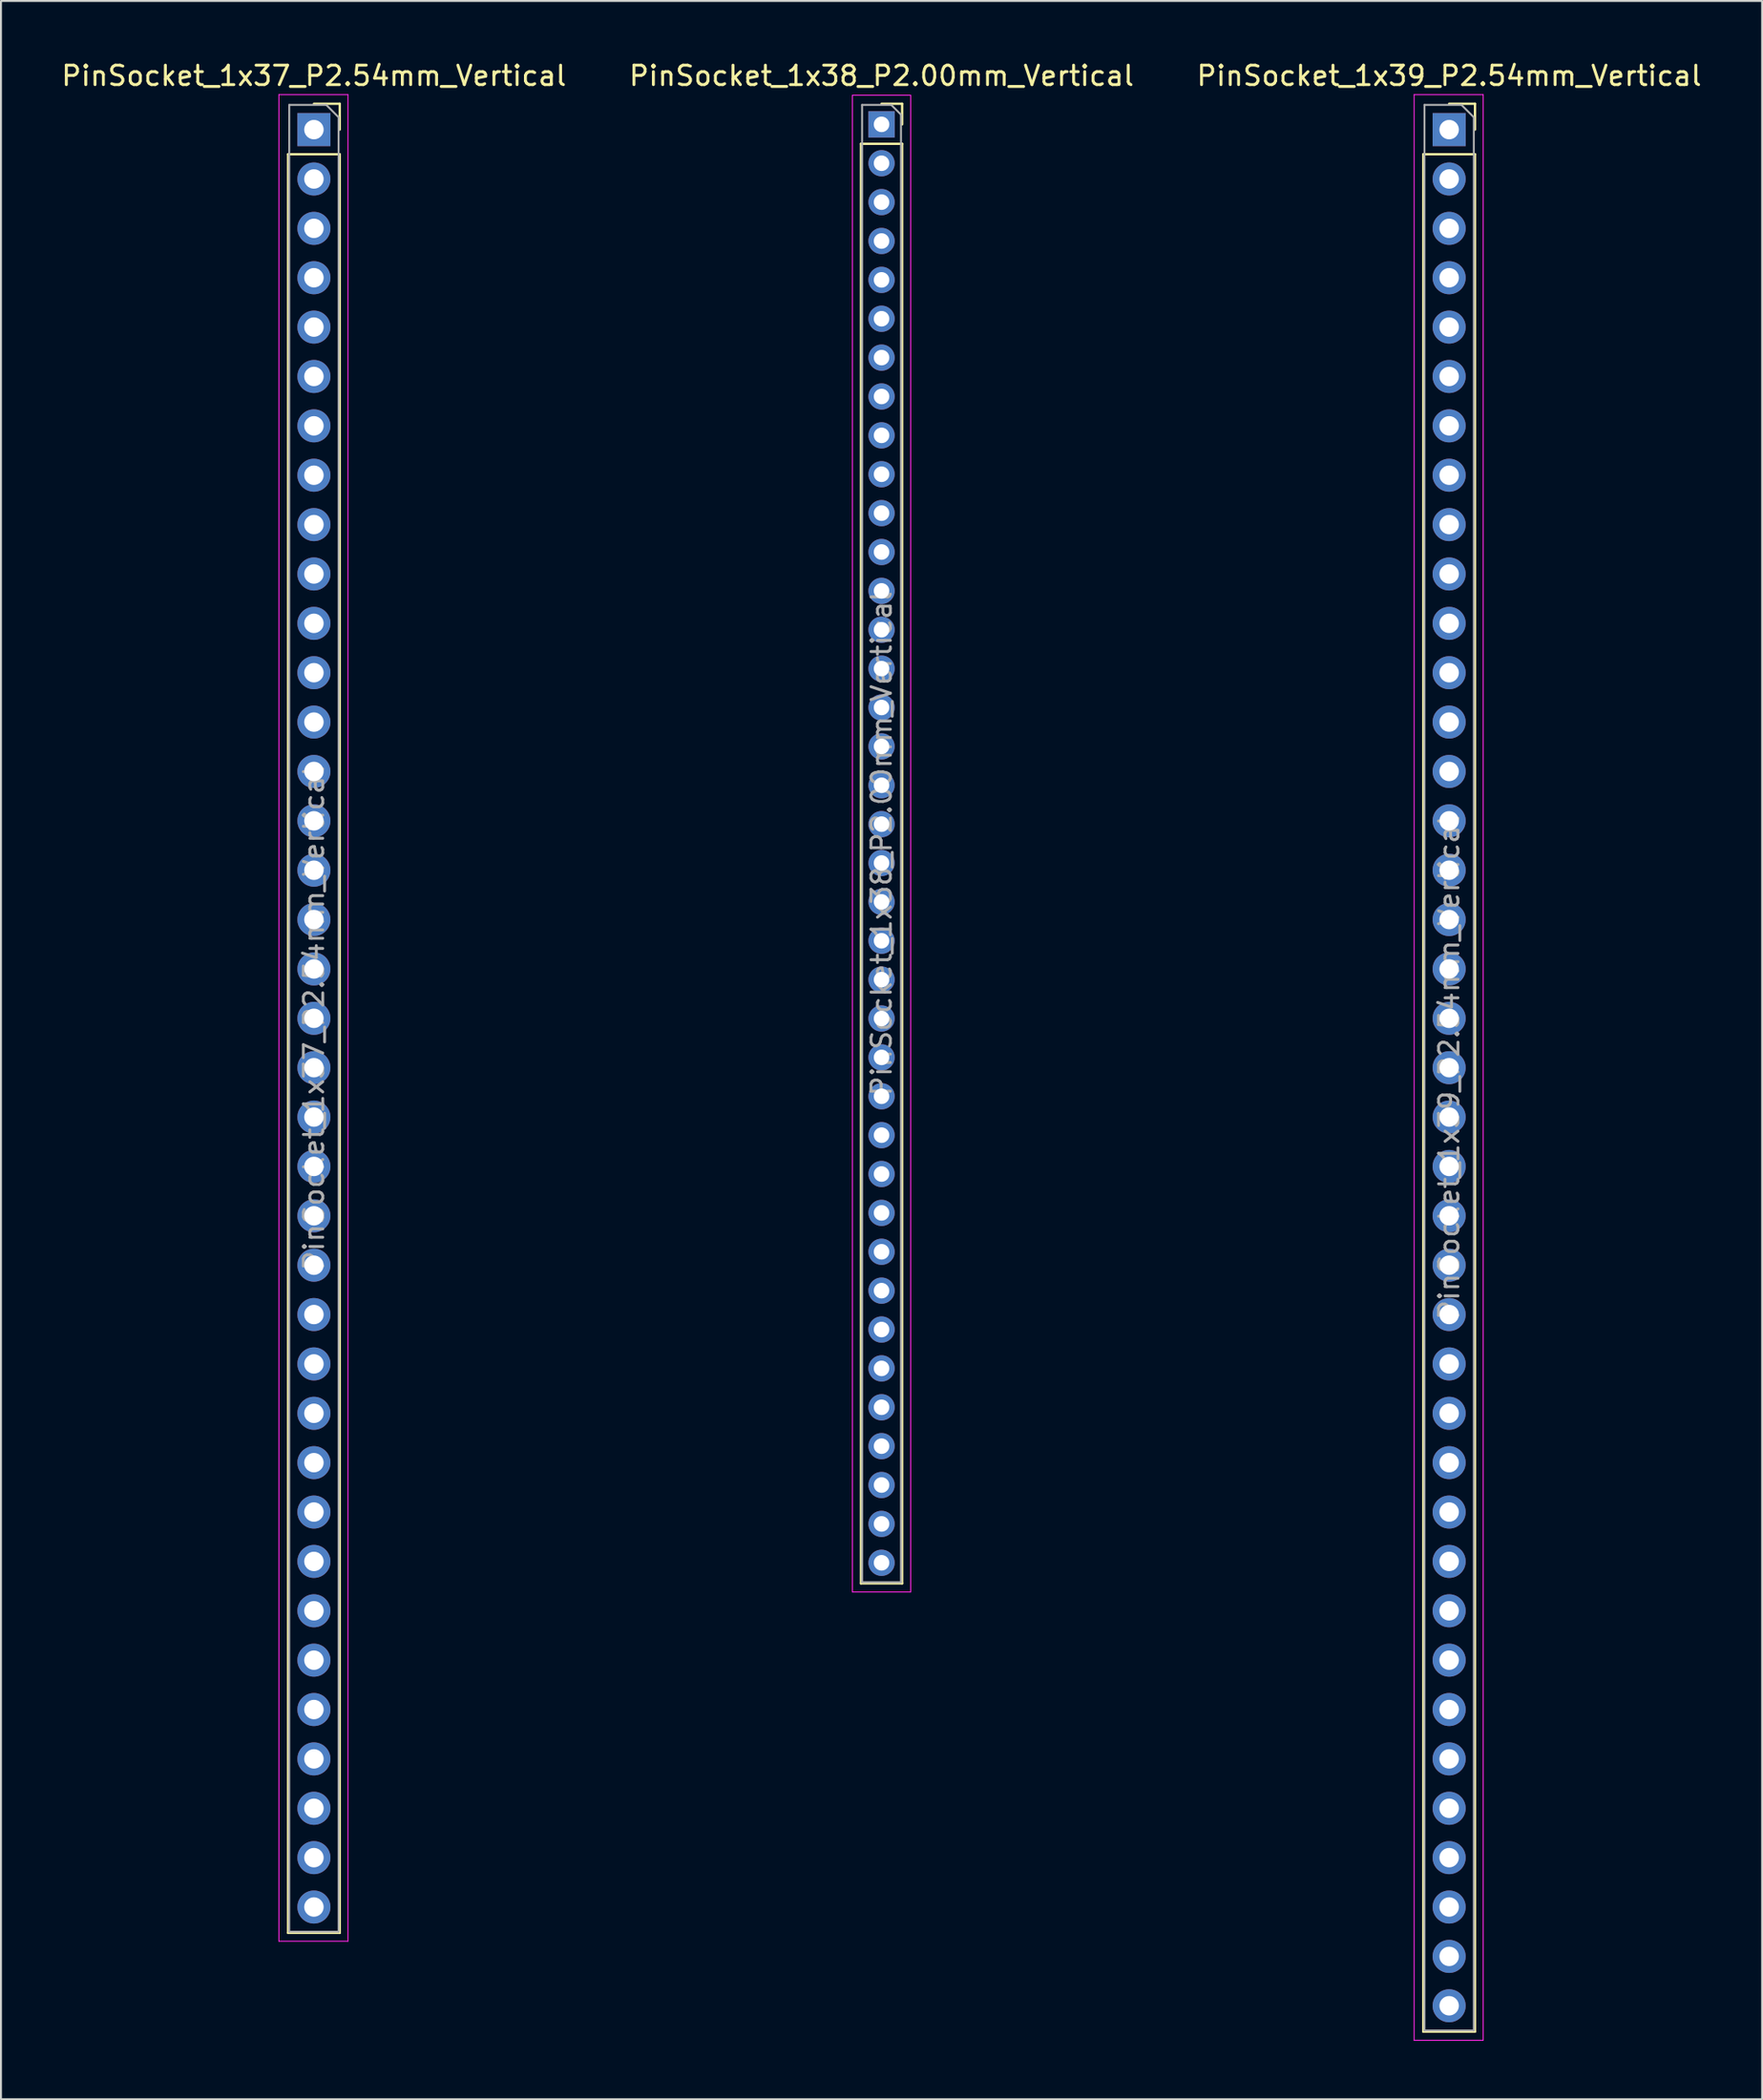
<source format=kicad_pcb>
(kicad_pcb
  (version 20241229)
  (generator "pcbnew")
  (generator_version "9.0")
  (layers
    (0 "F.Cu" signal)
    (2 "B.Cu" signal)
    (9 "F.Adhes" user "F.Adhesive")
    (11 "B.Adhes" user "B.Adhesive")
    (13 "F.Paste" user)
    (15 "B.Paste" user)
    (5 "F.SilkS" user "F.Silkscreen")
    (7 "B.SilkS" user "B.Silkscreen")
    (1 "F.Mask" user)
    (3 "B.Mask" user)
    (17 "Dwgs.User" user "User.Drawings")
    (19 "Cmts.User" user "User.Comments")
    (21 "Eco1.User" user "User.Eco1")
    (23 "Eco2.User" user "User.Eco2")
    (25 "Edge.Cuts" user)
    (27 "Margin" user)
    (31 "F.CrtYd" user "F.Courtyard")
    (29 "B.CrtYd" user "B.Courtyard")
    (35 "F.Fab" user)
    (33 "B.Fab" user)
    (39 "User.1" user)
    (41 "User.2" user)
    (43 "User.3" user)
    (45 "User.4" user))
  (footprint "PinSocket_1x38_P2.00mm_Vertical"
    (layer "F.Cu")
    (at 42.304 3.348)
    (property "Reference" "PinSocket_1x38_P2.00mm_Vertical" (at 0 -2.5 0) (layer "F.SilkS") (effects (font (size 1 1) (thickness 0.15))))
    (attr through_hole)
    (fp_line (start -1.06 1) (end -1.06 75.06) (stroke (width 0.12) (type solid)) (layer "F.SilkS"))
    (fp_line (start -1.06 1) (end 1.06 1) (stroke (width 0.12) (type solid)) (layer "F.SilkS"))
    (fp_line (start -1.06 75.06) (end 1.06 75.06) (stroke (width 0.12) (type solid)) (layer "F.SilkS"))
    (fp_line (start 0 -1.06) (end 1.06 -1.06) (stroke (width 0.12) (type solid)) (layer "F.SilkS"))
    (fp_line (start 1.06 -1.06) (end 1.06 0) (stroke (width 0.12) (type solid)) (layer "F.SilkS"))
    (fp_line (start 1.06 1) (end 1.06 75.06) (stroke (width 0.12) (type solid)) (layer "F.SilkS"))
    (fp_line (start -1.5 -1.5) (end 1.5 -1.5) (stroke (width 0.05) (type solid)) (layer "F.CrtYd"))
    (fp_line (start -1.5 75.5) (end -1.5 -1.5) (stroke (width 0.05) (type solid)) (layer "F.CrtYd"))
    (fp_line (start 1.5 -1.5) (end 1.5 75.5) (stroke (width 0.05) (type solid)) (layer "F.CrtYd"))
    (fp_line (start 1.5 75.5) (end -1.5 75.5) (stroke (width 0.05) (type solid)) (layer "F.CrtYd"))
    (fp_line (start -1 -1) (end 0.5 -1) (stroke (width 0.1) (type solid)) (layer "F.Fab"))
    (fp_line (start -1 75) (end -1 -1) (stroke (width 0.1) (type solid)) (layer "F.Fab"))
    (fp_line (start 0.5 -1) (end 1 -0.5) (stroke (width 0.1) (type solid)) (layer "F.Fab"))
    (fp_line (start 1 -0.5) (end 1 75) (stroke (width 0.1) (type solid)) (layer "F.Fab"))
    (fp_line (start 1 75) (end -1 75) (stroke (width 0.1) (type solid)) (layer "F.Fab"))
    (fp_text user "${REFERENCE}" (at 0 37 90) (layer "F.Fab") (effects (font (size 1 1) (thickness 0.15))))
    (pad "1" thru_hole rect (at 0 0) (size 1.35 1.35) (drill 0.8) (layers "*.Cu" "*.Mask"))
    (pad "2" thru_hole oval (at 0 2) (size 1.35 1.35) (drill 0.8) (layers "*.Cu" "*.Mask"))
    (pad "3" thru_hole oval (at 0 4) (size 1.35 1.35) (drill 0.8) (layers "*.Cu" "*.Mask"))
    (pad "4" thru_hole oval (at 0 6) (size 1.35 1.35) (drill 0.8) (layers "*.Cu" "*.Mask"))
    (pad "5" thru_hole oval (at 0 8) (size 1.35 1.35) (drill 0.8) (layers "*.Cu" "*.Mask"))
    (pad "6" thru_hole oval (at 0 10) (size 1.35 1.35) (drill 0.8) (layers "*.Cu" "*.Mask"))
    (pad "7" thru_hole oval (at 0 12) (size 1.35 1.35) (drill 0.8) (layers "*.Cu" "*.Mask"))
    (pad "8" thru_hole oval (at 0 14) (size 1.35 1.35) (drill 0.8) (layers "*.Cu" "*.Mask"))
    (pad "9" thru_hole oval (at 0 16) (size 1.35 1.35) (drill 0.8) (layers "*.Cu" "*.Mask"))
    (pad "10" thru_hole oval (at 0 18) (size 1.35 1.35) (drill 0.8) (layers "*.Cu" "*.Mask"))
    (pad "11" thru_hole oval (at 0 20) (size 1.35 1.35) (drill 0.8) (layers "*.Cu" "*.Mask"))
    (pad "12" thru_hole oval (at 0 22) (size 1.35 1.35) (drill 0.8) (layers "*.Cu" "*.Mask"))
    (pad "13" thru_hole oval (at 0 24) (size 1.35 1.35) (drill 0.8) (layers "*.Cu" "*.Mask"))
    (pad "14" thru_hole oval (at 0 26) (size 1.35 1.35) (drill 0.8) (layers "*.Cu" "*.Mask"))
    (pad "15" thru_hole oval (at 0 28) (size 1.35 1.35) (drill 0.8) (layers "*.Cu" "*.Mask"))
    (pad "16" thru_hole oval (at 0 30) (size 1.35 1.35) (drill 0.8) (layers "*.Cu" "*.Mask"))
    (pad "17" thru_hole oval (at 0 32) (size 1.35 1.35) (drill 0.8) (layers "*.Cu" "*.Mask"))
    (pad "18" thru_hole oval (at 0 34) (size 1.35 1.35) (drill 0.8) (layers "*.Cu" "*.Mask"))
    (pad "19" thru_hole oval (at 0 36) (size 1.35 1.35) (drill 0.8) (layers "*.Cu" "*.Mask"))
    (pad "20" thru_hole oval (at 0 38) (size 1.35 1.35) (drill 0.8) (layers "*.Cu" "*.Mask"))
    (pad "21" thru_hole oval (at 0 40) (size 1.35 1.35) (drill 0.8) (layers "*.Cu" "*.Mask"))
    (pad "22" thru_hole oval (at 0 42) (size 1.35 1.35) (drill 0.8) (layers "*.Cu" "*.Mask"))
    (pad "23" thru_hole oval (at 0 44) (size 1.35 1.35) (drill 0.8) (layers "*.Cu" "*.Mask"))
    (pad "24" thru_hole oval (at 0 46) (size 1.35 1.35) (drill 0.8) (layers "*.Cu" "*.Mask"))
    (pad "25" thru_hole oval (at 0 48) (size 1.35 1.35) (drill 0.8) (layers "*.Cu" "*.Mask"))
    (pad "26" thru_hole oval (at 0 50) (size 1.35 1.35) (drill 0.8) (layers "*.Cu" "*.Mask"))
    (pad "27" thru_hole oval (at 0 52) (size 1.35 1.35) (drill 0.8) (layers "*.Cu" "*.Mask"))
    (pad "28" thru_hole oval (at 0 54) (size 1.35 1.35) (drill 0.8) (layers "*.Cu" "*.Mask"))
    (pad "29" thru_hole oval (at 0 56) (size 1.35 1.35) (drill 0.8) (layers "*.Cu" "*.Mask"))
    (pad "30" thru_hole oval (at 0 58) (size 1.35 1.35) (drill 0.8) (layers "*.Cu" "*.Mask"))
    (pad "31" thru_hole oval (at 0 60) (size 1.35 1.35) (drill 0.8) (layers "*.Cu" "*.Mask"))
    (pad "32" thru_hole oval (at 0 62) (size 1.35 1.35) (drill 0.8) (layers "*.Cu" "*.Mask"))
    (pad "33" thru_hole oval (at 0 64) (size 1.35 1.35) (drill 0.8) (layers "*.Cu" "*.Mask"))
    (pad "34" thru_hole oval (at 0 66) (size 1.35 1.35) (drill 0.8) (layers "*.Cu" "*.Mask"))
    (pad "35" thru_hole oval (at 0 68) (size 1.35 1.35) (drill 0.8) (layers "*.Cu" "*.Mask"))
    (pad "36" thru_hole oval (at 0 70) (size 1.35 1.35) (drill 0.8) (layers "*.Cu" "*.Mask"))
    (pad "37" thru_hole oval (at 0 72) (size 1.35 1.35) (drill 0.8) (layers "*.Cu" "*.Mask"))
    (pad "38" thru_hole oval (at 0 74) (size 1.35 1.35) (drill 0.8) (layers "*.Cu" "*.Mask")))
  (footprint "PinSocket_1x39_P2.54mm_Vertical"
    (layer "F.Cu")
    (at 71.506 3.618)
    (property "Reference" "PinSocket_1x39_P2.54mm_Vertical" (at 0 -2.77 0) (layer "F.SilkS") (effects (font (size 1 1) (thickness 0.15))))
    (attr through_hole)
    (fp_line (start -1.33 1.27) (end -1.33 97.85) (stroke (width 0.12) (type solid)) (layer "F.SilkS"))
    (fp_line (start -1.33 1.27) (end 1.33 1.27) (stroke (width 0.12) (type solid)) (layer "F.SilkS"))
    (fp_line (start -1.33 97.85) (end 1.33 97.85) (stroke (width 0.12) (type solid)) (layer "F.SilkS"))
    (fp_line (start 0 -1.33) (end 1.33 -1.33) (stroke (width 0.12) (type solid)) (layer "F.SilkS"))
    (fp_line (start 1.33 -1.33) (end 1.33 0) (stroke (width 0.12) (type solid)) (layer "F.SilkS"))
    (fp_line (start 1.33 1.27) (end 1.33 97.85) (stroke (width 0.12) (type solid)) (layer "F.SilkS"))
    (fp_line (start -1.8 -1.8) (end 1.75 -1.8) (stroke (width 0.05) (type solid)) (layer "F.CrtYd"))
    (fp_line (start -1.8 98.3) (end -1.8 -1.8) (stroke (width 0.05) (type solid)) (layer "F.CrtYd"))
    (fp_line (start 1.75 -1.8) (end 1.75 98.3) (stroke (width 0.05) (type solid)) (layer "F.CrtYd"))
    (fp_line (start 1.75 98.3) (end -1.8 98.3) (stroke (width 0.05) (type solid)) (layer "F.CrtYd"))
    (fp_line (start -1.27 -1.27) (end 0.635 -1.27) (stroke (width 0.1) (type solid)) (layer "F.Fab"))
    (fp_line (start -1.27 97.79) (end -1.27 -1.27) (stroke (width 0.1) (type solid)) (layer "F.Fab"))
    (fp_line (start 0.635 -1.27) (end 1.27 -0.635) (stroke (width 0.1) (type solid)) (layer "F.Fab"))
    (fp_line (start 1.27 -0.635) (end 1.27 97.79) (stroke (width 0.1) (type solid)) (layer "F.Fab"))
    (fp_line (start 1.27 97.79) (end -1.27 97.79) (stroke (width 0.1) (type solid)) (layer "F.Fab"))
    (fp_text user "${REFERENCE}" (at 0 48.26 90) (layer "F.Fab") (effects (font (size 1 1) (thickness 0.15))))
    (pad "1" thru_hole rect (at 0 0) (size 1.7 1.7) (drill 1) (layers "*.Cu" "*.Mask"))
    (pad "2" thru_hole oval (at 0 2.54) (size 1.7 1.7) (drill 1) (layers "*.Cu" "*.Mask"))
    (pad "3" thru_hole oval (at 0 5.08) (size 1.7 1.7) (drill 1) (layers "*.Cu" "*.Mask"))
    (pad "4" thru_hole oval (at 0 7.62) (size 1.7 1.7) (drill 1) (layers "*.Cu" "*.Mask"))
    (pad "5" thru_hole oval (at 0 10.16) (size 1.7 1.7) (drill 1) (layers "*.Cu" "*.Mask"))
    (pad "6" thru_hole oval (at 0 12.7) (size 1.7 1.7) (drill 1) (layers "*.Cu" "*.Mask"))
    (pad "7" thru_hole oval (at 0 15.24) (size 1.7 1.7) (drill 1) (layers "*.Cu" "*.Mask"))
    (pad "8" thru_hole oval (at 0 17.78) (size 1.7 1.7) (drill 1) (layers "*.Cu" "*.Mask"))
    (pad "9" thru_hole oval (at 0 20.32) (size 1.7 1.7) (drill 1) (layers "*.Cu" "*.Mask"))
    (pad "10" thru_hole oval (at 0 22.86) (size 1.7 1.7) (drill 1) (layers "*.Cu" "*.Mask"))
    (pad "11" thru_hole oval (at 0 25.4) (size 1.7 1.7) (drill 1) (layers "*.Cu" "*.Mask"))
    (pad "12" thru_hole oval (at 0 27.94) (size 1.7 1.7) (drill 1) (layers "*.Cu" "*.Mask"))
    (pad "13" thru_hole oval (at 0 30.48) (size 1.7 1.7) (drill 1) (layers "*.Cu" "*.Mask"))
    (pad "14" thru_hole oval (at 0 33.02) (size 1.7 1.7) (drill 1) (layers "*.Cu" "*.Mask"))
    (pad "15" thru_hole oval (at 0 35.56) (size 1.7 1.7) (drill 1) (layers "*.Cu" "*.Mask"))
    (pad "16" thru_hole oval (at 0 38.1) (size 1.7 1.7) (drill 1) (layers "*.Cu" "*.Mask"))
    (pad "17" thru_hole oval (at 0 40.64) (size 1.7 1.7) (drill 1) (layers "*.Cu" "*.Mask"))
    (pad "18" thru_hole oval (at 0 43.18) (size 1.7 1.7) (drill 1) (layers "*.Cu" "*.Mask"))
    (pad "19" thru_hole oval (at 0 45.72) (size 1.7 1.7) (drill 1) (layers "*.Cu" "*.Mask"))
    (pad "20" thru_hole oval (at 0 48.26) (size 1.7 1.7) (drill 1) (layers "*.Cu" "*.Mask"))
    (pad "21" thru_hole oval (at 0 50.8) (size 1.7 1.7) (drill 1) (layers "*.Cu" "*.Mask"))
    (pad "22" thru_hole oval (at 0 53.34) (size 1.7 1.7) (drill 1) (layers "*.Cu" "*.Mask"))
    (pad "23" thru_hole oval (at 0 55.88) (size 1.7 1.7) (drill 1) (layers "*.Cu" "*.Mask"))
    (pad "24" thru_hole oval (at 0 58.42) (size 1.7 1.7) (drill 1) (layers "*.Cu" "*.Mask"))
    (pad "25" thru_hole oval (at 0 60.96) (size 1.7 1.7) (drill 1) (layers "*.Cu" "*.Mask"))
    (pad "26" thru_hole oval (at 0 63.5) (size 1.7 1.7) (drill 1) (layers "*.Cu" "*.Mask"))
    (pad "27" thru_hole oval (at 0 66.04) (size 1.7 1.7) (drill 1) (layers "*.Cu" "*.Mask"))
    (pad "28" thru_hole oval (at 0 68.58) (size 1.7 1.7) (drill 1) (layers "*.Cu" "*.Mask"))
    (pad "29" thru_hole oval (at 0 71.12) (size 1.7 1.7) (drill 1) (layers "*.Cu" "*.Mask"))
    (pad "30" thru_hole oval (at 0 73.66) (size 1.7 1.7) (drill 1) (layers "*.Cu" "*.Mask"))
    (pad "31" thru_hole oval (at 0 76.2) (size 1.7 1.7) (drill 1) (layers "*.Cu" "*.Mask"))
    (pad "32" thru_hole oval (at 0 78.74) (size 1.7 1.7) (drill 1) (layers "*.Cu" "*.Mask"))
    (pad "33" thru_hole oval (at 0 81.28) (size 1.7 1.7) (drill 1) (layers "*.Cu" "*.Mask"))
    (pad "34" thru_hole oval (at 0 83.82) (size 1.7 1.7) (drill 1) (layers "*.Cu" "*.Mask"))
    (pad "35" thru_hole oval (at 0 86.36) (size 1.7 1.7) (drill 1) (layers "*.Cu" "*.Mask"))
    (pad "36" thru_hole oval (at 0 88.9) (size 1.7 1.7) (drill 1) (layers "*.Cu" "*.Mask"))
    (pad "37" thru_hole oval (at 0 91.44) (size 1.7 1.7) (drill 1) (layers "*.Cu" "*.Mask"))
    (pad "38" thru_hole oval (at 0 93.98) (size 1.7 1.7) (drill 1) (layers "*.Cu" "*.Mask"))
    (pad "39" thru_hole oval (at 0 96.52) (size 1.7 1.7) (drill 1) (layers "*.Cu" "*.Mask")))
  (footprint "PinSocket_1x37_P2.54mm_Vertical"
    (layer "F.Cu")
    (at 13.101 3.618)
    (property "Reference" "PinSocket_1x37_P2.54mm_Vertical" (at 0 -2.77 0) (layer "F.SilkS") (effects (font (size 1 1) (thickness 0.15))))
    (attr through_hole)
    (fp_line (start -1.33 1.27) (end -1.33 92.77) (stroke (width 0.12) (type solid)) (layer "F.SilkS"))
    (fp_line (start -1.33 1.27) (end 1.33 1.27) (stroke (width 0.12) (type solid)) (layer "F.SilkS"))
    (fp_line (start -1.33 92.77) (end 1.33 92.77) (stroke (width 0.12) (type solid)) (layer "F.SilkS"))
    (fp_line (start 0 -1.33) (end 1.33 -1.33) (stroke (width 0.12) (type solid)) (layer "F.SilkS"))
    (fp_line (start 1.33 -1.33) (end 1.33 0) (stroke (width 0.12) (type solid)) (layer "F.SilkS"))
    (fp_line (start 1.33 1.27) (end 1.33 92.77) (stroke (width 0.12) (type solid)) (layer "F.SilkS"))
    (fp_line (start -1.8 -1.8) (end 1.75 -1.8) (stroke (width 0.05) (type solid)) (layer "F.CrtYd"))
    (fp_line (start -1.8 93.2) (end -1.8 -1.8) (stroke (width 0.05) (type solid)) (layer "F.CrtYd"))
    (fp_line (start 1.75 -1.8) (end 1.75 93.2) (stroke (width 0.05) (type solid)) (layer "F.CrtYd"))
    (fp_line (start 1.75 93.2) (end -1.8 93.2) (stroke (width 0.05) (type solid)) (layer "F.CrtYd"))
    (fp_line (start -1.27 -1.27) (end 0.635 -1.27) (stroke (width 0.1) (type solid)) (layer "F.Fab"))
    (fp_line (start -1.27 92.71) (end -1.27 -1.27) (stroke (width 0.1) (type solid)) (layer "F.Fab"))
    (fp_line (start 0.635 -1.27) (end 1.27 -0.635) (stroke (width 0.1) (type solid)) (layer "F.Fab"))
    (fp_line (start 1.27 -0.635) (end 1.27 92.71) (stroke (width 0.1) (type solid)) (layer "F.Fab"))
    (fp_line (start 1.27 92.71) (end -1.27 92.71) (stroke (width 0.1) (type solid)) (layer "F.Fab"))
    (fp_text user "${REFERENCE}" (at 0 45.72 90) (layer "F.Fab") (effects (font (size 1 1) (thickness 0.15))))
    (pad "1" thru_hole rect (at 0 0) (size 1.7 1.7) (drill 1) (layers "*.Cu" "*.Mask"))
    (pad "2" thru_hole oval (at 0 2.54) (size 1.7 1.7) (drill 1) (layers "*.Cu" "*.Mask"))
    (pad "3" thru_hole oval (at 0 5.08) (size 1.7 1.7) (drill 1) (layers "*.Cu" "*.Mask"))
    (pad "4" thru_hole oval (at 0 7.62) (size 1.7 1.7) (drill 1) (layers "*.Cu" "*.Mask"))
    (pad "5" thru_hole oval (at 0 10.16) (size 1.7 1.7) (drill 1) (layers "*.Cu" "*.Mask"))
    (pad "6" thru_hole oval (at 0 12.7) (size 1.7 1.7) (drill 1) (layers "*.Cu" "*.Mask"))
    (pad "7" thru_hole oval (at 0 15.24) (size 1.7 1.7) (drill 1) (layers "*.Cu" "*.Mask"))
    (pad "8" thru_hole oval (at 0 17.78) (size 1.7 1.7) (drill 1) (layers "*.Cu" "*.Mask"))
    (pad "9" thru_hole oval (at 0 20.32) (size 1.7 1.7) (drill 1) (layers "*.Cu" "*.Mask"))
    (pad "10" thru_hole oval (at 0 22.86) (size 1.7 1.7) (drill 1) (layers "*.Cu" "*.Mask"))
    (pad "11" thru_hole oval (at 0 25.4) (size 1.7 1.7) (drill 1) (layers "*.Cu" "*.Mask"))
    (pad "12" thru_hole oval (at 0 27.94) (size 1.7 1.7) (drill 1) (layers "*.Cu" "*.Mask"))
    (pad "13" thru_hole oval (at 0 30.48) (size 1.7 1.7) (drill 1) (layers "*.Cu" "*.Mask"))
    (pad "14" thru_hole oval (at 0 33.02) (size 1.7 1.7) (drill 1) (layers "*.Cu" "*.Mask"))
    (pad "15" thru_hole oval (at 0 35.56) (size 1.7 1.7) (drill 1) (layers "*.Cu" "*.Mask"))
    (pad "16" thru_hole oval (at 0 38.1) (size 1.7 1.7) (drill 1) (layers "*.Cu" "*.Mask"))
    (pad "17" thru_hole oval (at 0 40.64) (size 1.7 1.7) (drill 1) (layers "*.Cu" "*.Mask"))
    (pad "18" thru_hole oval (at 0 43.18) (size 1.7 1.7) (drill 1) (layers "*.Cu" "*.Mask"))
    (pad "19" thru_hole oval (at 0 45.72) (size 1.7 1.7) (drill 1) (layers "*.Cu" "*.Mask"))
    (pad "20" thru_hole oval (at 0 48.26) (size 1.7 1.7) (drill 1) (layers "*.Cu" "*.Mask"))
    (pad "21" thru_hole oval (at 0 50.8) (size 1.7 1.7) (drill 1) (layers "*.Cu" "*.Mask"))
    (pad "22" thru_hole oval (at 0 53.34) (size 1.7 1.7) (drill 1) (layers "*.Cu" "*.Mask"))
    (pad "23" thru_hole oval (at 0 55.88) (size 1.7 1.7) (drill 1) (layers "*.Cu" "*.Mask"))
    (pad "24" thru_hole oval (at 0 58.42) (size 1.7 1.7) (drill 1) (layers "*.Cu" "*.Mask"))
    (pad "25" thru_hole oval (at 0 60.96) (size 1.7 1.7) (drill 1) (layers "*.Cu" "*.Mask"))
    (pad "26" thru_hole oval (at 0 63.5) (size 1.7 1.7) (drill 1) (layers "*.Cu" "*.Mask"))
    (pad "27" thru_hole oval (at 0 66.04) (size 1.7 1.7) (drill 1) (layers "*.Cu" "*.Mask"))
    (pad "28" thru_hole oval (at 0 68.58) (size 1.7 1.7) (drill 1) (layers "*.Cu" "*.Mask"))
    (pad "29" thru_hole oval (at 0 71.12) (size 1.7 1.7) (drill 1) (layers "*.Cu" "*.Mask"))
    (pad "30" thru_hole oval (at 0 73.66) (size 1.7 1.7) (drill 1) (layers "*.Cu" "*.Mask"))
    (pad "31" thru_hole oval (at 0 76.2) (size 1.7 1.7) (drill 1) (layers "*.Cu" "*.Mask"))
    (pad "32" thru_hole oval (at 0 78.74) (size 1.7 1.7) (drill 1) (layers "*.Cu" "*.Mask"))
    (pad "33" thru_hole oval (at 0 81.28) (size 1.7 1.7) (drill 1) (layers "*.Cu" "*.Mask"))
    (pad "34" thru_hole oval (at 0 83.82) (size 1.7 1.7) (drill 1) (layers "*.Cu" "*.Mask"))
    (pad "35" thru_hole oval (at 0 86.36) (size 1.7 1.7) (drill 1) (layers "*.Cu" "*.Mask"))
    (pad "36" thru_hole oval (at 0 88.9) (size 1.7 1.7) (drill 1) (layers "*.Cu" "*.Mask"))
    (pad "37" thru_hole oval (at 0 91.44) (size 1.7 1.7) (drill 1) (layers "*.Cu" "*.Mask")))
  (gr_rect
    (start -3 -3)
    (end 87.607 104.943)
    (stroke (width 0.1) (type default))
    (fill no)
    (layer "Edge.Cuts")))
</source>
